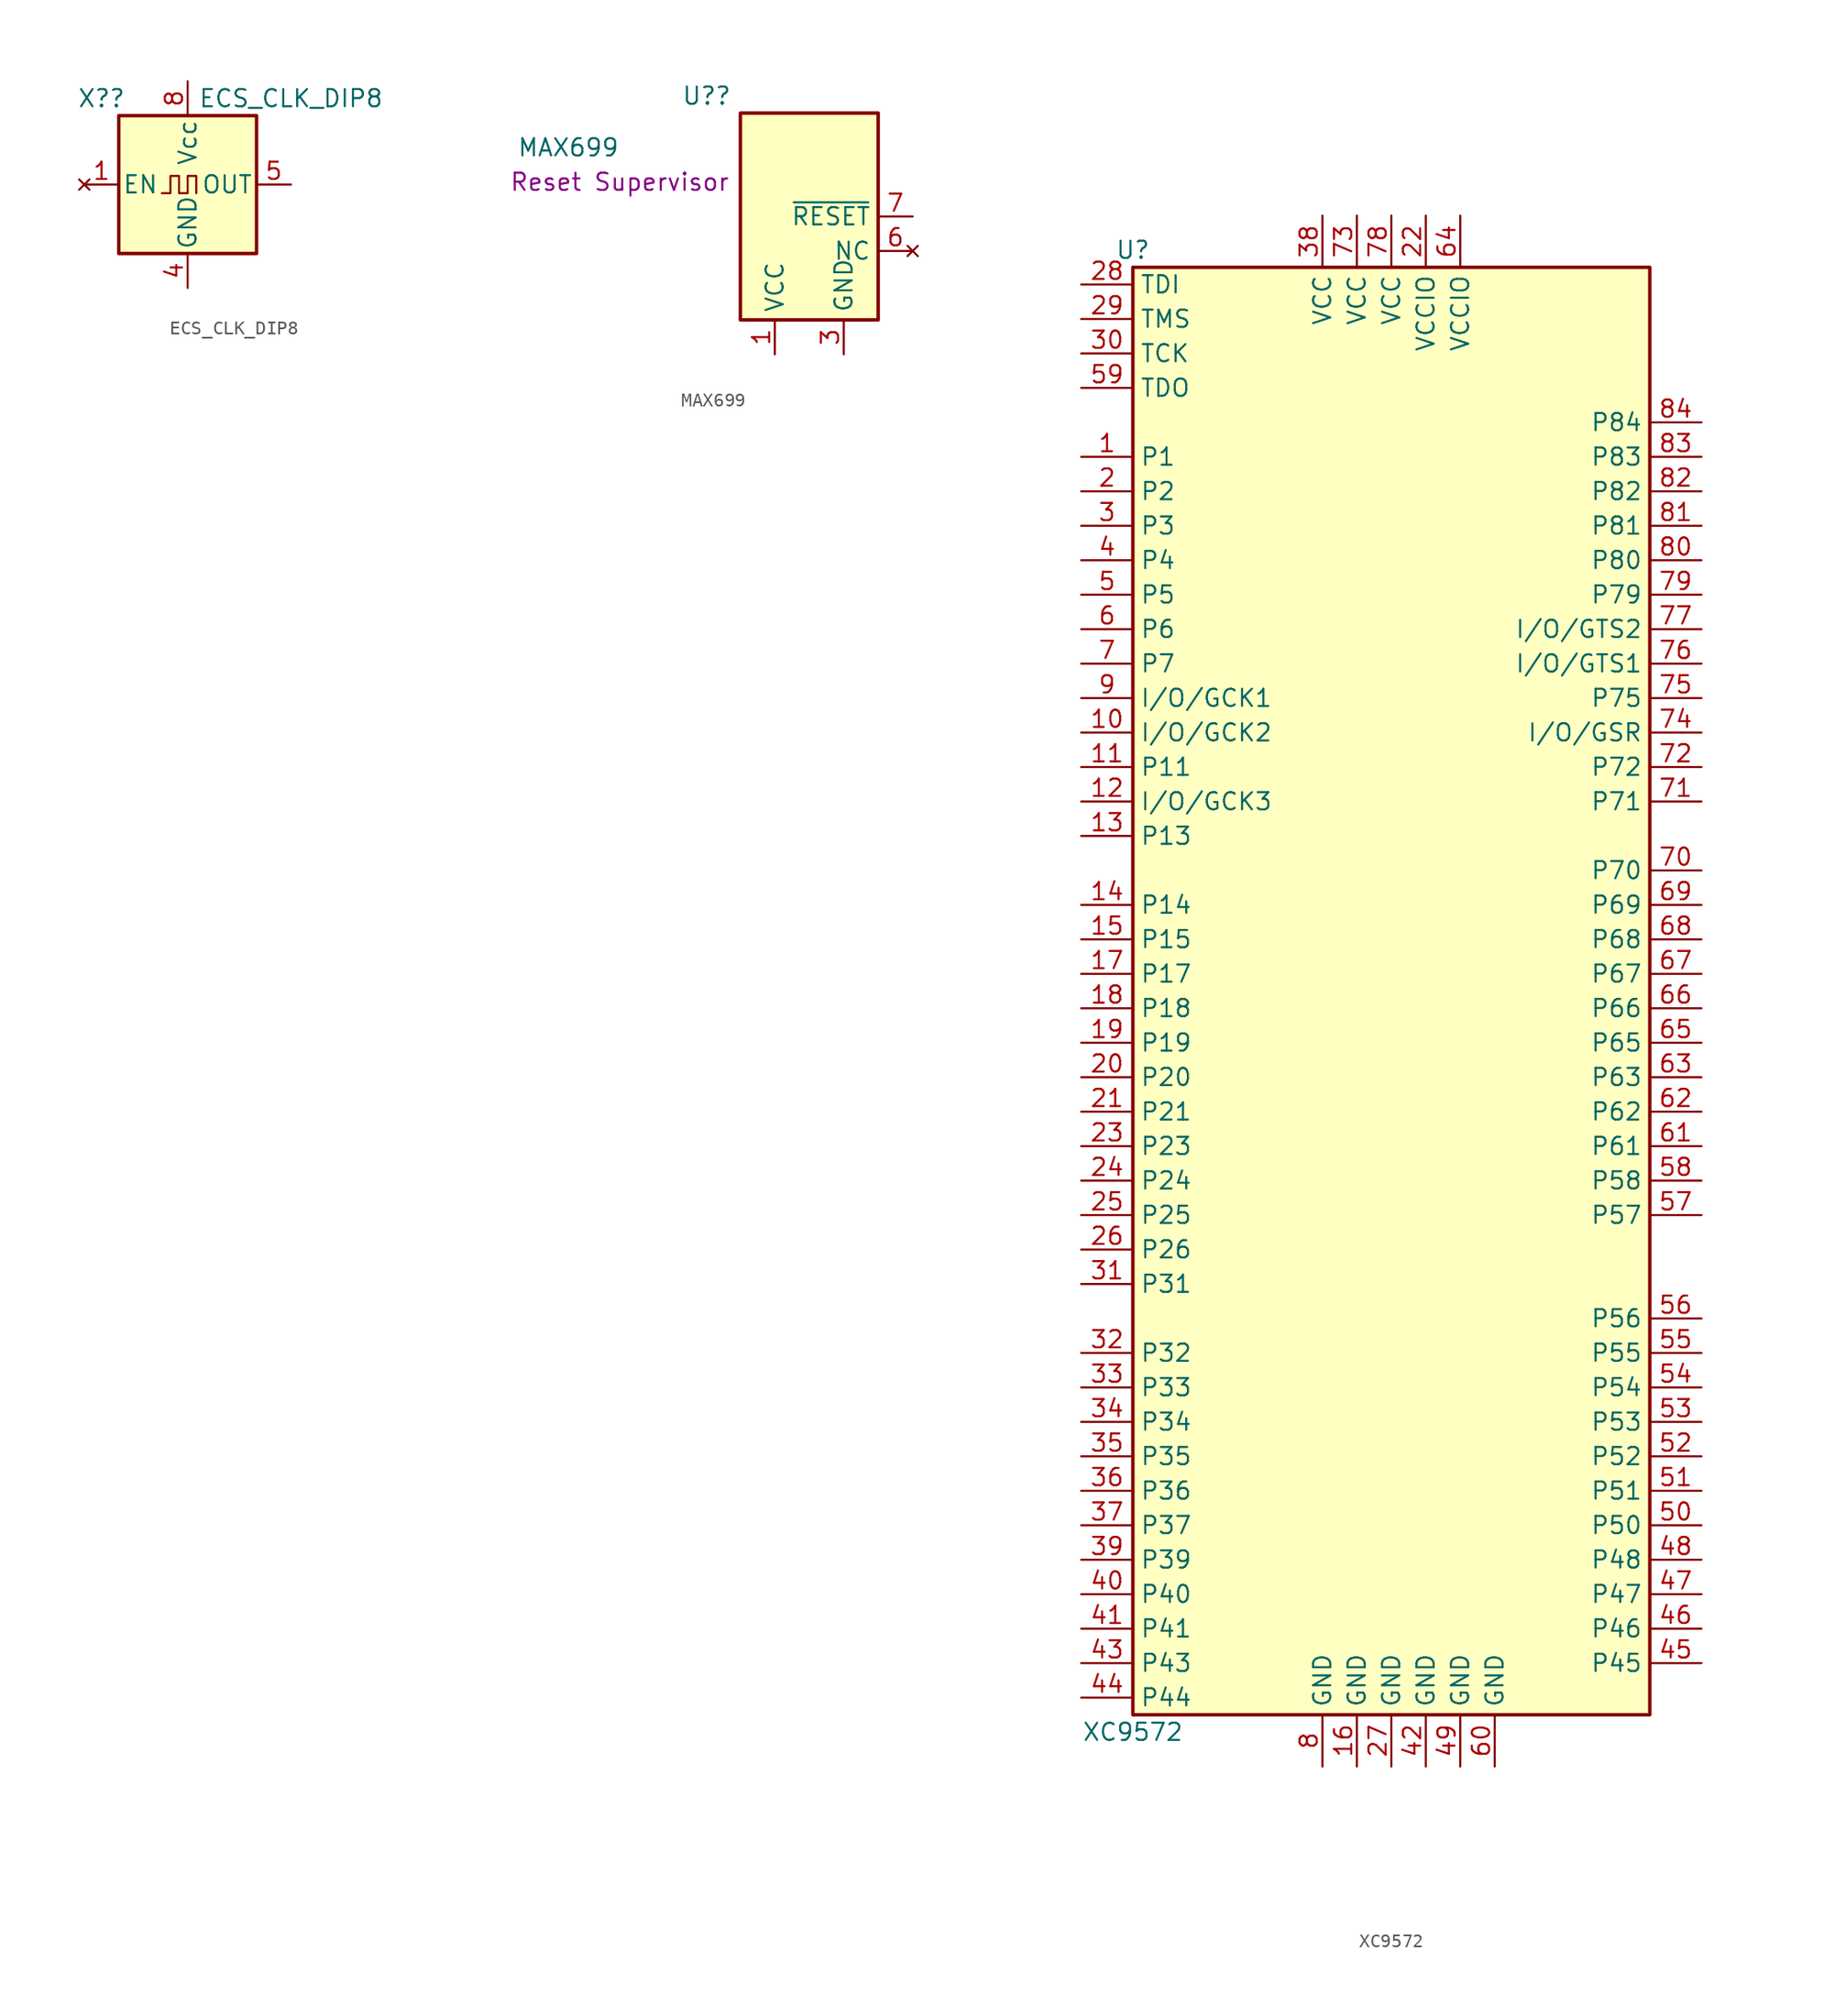
<source format=kicad_sym>
(kicad_symbol_lib
  (version 20211014)
  (generator kicad_symbol_editor)
  (symbol "ECS_CLK_DIP8"
    (pin_names
      (offset 0.254))
    (property "Reference" "X?"
      (at -6.35 6.35 0)
      (effects (font (size 1.27 1.27))))
    (property "Value" "ECS_CLK_DIP8"
      (at 7.62 6.35 0)
      (effects (font (size 1.27 1.27))))
    (symbol "ECS_CLK_DIP8_0_1"
      (rectangle (start -5.08 5.08) (end 5.08 -5.08) (stroke (width 0.254) (type default) (color 0 0 0 0)) (fill (type background)))
      (polyline (pts (xy -1.905 -0.635) (xy -1.27 -0.635) (xy -1.27 0.635) (xy -0.635 0.635) (xy -0.635 -0.635) (xy 0 -0.635) (xy 0 0.635) (xy 0.635 0.635) (xy 0.635 -0.635)) (stroke (width 0) (type default) (color 0 0 0 0)) (fill (type none))))
    (symbol "ECS_CLK_DIP8_1_1"
      (pin no_connect line (at -7.62 0 0) (length 2.54) (name "EN" (effects (font (size 1.27 1.27)))) (number "1" (effects (font (size 1.27 1.27)))))
      (pin power_in line (at 0 -7.62 90) (length 2.54) (name "GND" (effects (font (size 1.27 1.27)))) (number "4" (effects (font (size 1.27 1.27)))))
      (pin output line (at 7.62 0 180) (length 2.54) (name "OUT" (effects (font (size 1.27 1.27)))) (number "5" (effects (font (size 1.27 1.27)))))
      (pin power_in line (at 0 7.62 270) (length 2.54) (name "Vcc" (effects (font (size 1.27 1.27)))) (number "8" (effects (font (size 1.27 1.27)))))))
  (symbol "MAX699"
    (property "Reference" "U?"
      (at -5.715 8.89 0)
      (effects (font (size 1.27 1.27)) (justify right)))
    (property "Value" "MAX699"
      (at -13.97 5.08 0)
      (effects (font (size 1.27 1.27)) (justify right)))
    (property "Name" "Reset Supervisor"
      (at -13.97 2.54 0)
      (effects (font (size 1.27 1.27))))
    (symbol "MAX699_0_0"
      (pin power_in line (at -3.81 -10.16 90) (length 2.54) hide (name "VCC" (effects (font (size 1.27 1.27)))) (number "2" (effects (font (size 1.27 1.27)))))
      (pin power_in line (at 2.54 -10.16 90) (length 2.54) (name "GND" (effects (font (size 1.27 1.27)))) (number "3" (effects (font (size 1.27 1.27)))))
      (pin power_in line (at 3.81 -10.16 90) (length 2.54) hide (name "GND" (effects (font (size 1.27 1.27)))) (number "4" (effects (font (size 1.27 1.27)))))
      (pin no_connect line (at 7.62 5.08 180) (length 2.54) hide (name "NC" (effects (font (size 1.27 1.27)))) (number "5" (effects (font (size 1.27 1.27)))))
      (pin no_connect line (at 7.62 -2.54 180) (length 2.54) (name "NC" (effects (font (size 1.27 1.27)))) (number "6" (effects (font (size 1.27 1.27)))) (alternate "~{WDO}" output line))
      (pin power_in line (at 5.08 -10.16 90) (length 2.54) hide (name "GND" (effects (font (size 1.27 1.27)))) (number "8" (effects (font (size 1.27 1.27))))))
    (symbol "MAX699_0_1"
      (rectangle (start 5.08 7.62) (end -5.08 -7.62) (stroke (width 0.254) (type default) (color 0 0 0 0)) (fill (type background))))
    (symbol "MAX699_1_1"
      (pin power_in line (at -2.54 -10.16 90) (length 2.54) (name "VCC" (effects (font (size 1.27 1.27)))) (number "1" (effects (font (size 1.27 1.27)))))
      (pin output line (at 7.62 0 180) (length 2.54) (name "~{RESET}" (effects (font (size 1.27 1.27)))) (number "7" (effects (font (size 1.27 1.27)))))))
  (symbol "XC9572"
    (property "Reference" "U"
      (at -19.05 53.34 0)
      (effects (font (size 1.27 1.27))))
    (property "Value" "XC9572"
      (at -19.05 -55.88 0)
      (effects (font (size 1.27 1.27))))
    (symbol "XC9572_1_1"
      (rectangle (start -19.05 52.07) (end 19.05 -54.61) (stroke (width 0.254) (type default) (color 0 0 0 0)) (fill (type background)))
      (pin bidirectional line (at -22.86 38.1 0) (length 3.81) (name "P1" (effects (font (size 1.27 1.27)))) (number "1" (effects (font (size 1.27 1.27)))))
      (pin bidirectional line (at -22.86 17.78 0) (length 3.81) (name "I/O/GCK2" (effects (font (size 1.27 1.27)))) (number "10" (effects (font (size 1.27 1.27)))))
      (pin bidirectional line (at -22.86 15.24 0) (length 3.81) (name "P11" (effects (font (size 1.27 1.27)))) (number "11" (effects (font (size 1.27 1.27)))))
      (pin bidirectional line (at -22.86 12.7 0) (length 3.81) (name "I/O/GCK3" (effects (font (size 1.27 1.27)))) (number "12" (effects (font (size 1.27 1.27)))))
      (pin bidirectional line (at -22.86 10.16 0) (length 3.81) (name "P13" (effects (font (size 1.27 1.27)))) (number "13" (effects (font (size 1.27 1.27)))))
      (pin bidirectional line (at -22.86 5.08 0) (length 3.81) (name "P14" (effects (font (size 1.27 1.27)))) (number "14" (effects (font (size 1.27 1.27)))))
      (pin bidirectional line (at -22.86 2.54 0) (length 3.81) (name "P15" (effects (font (size 1.27 1.27)))) (number "15" (effects (font (size 1.27 1.27)))))
      (pin power_in line (at -2.54 -58.42 90) (length 3.81) (name "GND" (effects (font (size 1.27 1.27)))) (number "16" (effects (font (size 1.27 1.27)))))
      (pin bidirectional line (at -22.86 0 0) (length 3.81) (name "P17" (effects (font (size 1.27 1.27)))) (number "17" (effects (font (size 1.27 1.27)))))
      (pin bidirectional line (at -22.86 -2.54 0) (length 3.81) (name "P18" (effects (font (size 1.27 1.27)))) (number "18" (effects (font (size 1.27 1.27)))))
      (pin bidirectional line (at -22.86 -5.08 0) (length 3.81) (name "P19" (effects (font (size 1.27 1.27)))) (number "19" (effects (font (size 1.27 1.27)))))
      (pin bidirectional line (at -22.86 35.56 0) (length 3.81) (name "P2" (effects (font (size 1.27 1.27)))) (number "2" (effects (font (size 1.27 1.27)))))
      (pin bidirectional line (at -22.86 -7.62 0) (length 3.81) (name "P20" (effects (font (size 1.27 1.27)))) (number "20" (effects (font (size 1.27 1.27)))))
      (pin bidirectional line (at -22.86 -10.16 0) (length 3.81) (name "P21" (effects (font (size 1.27 1.27)))) (number "21" (effects (font (size 1.27 1.27)))))
      (pin power_in line (at 2.54 55.88 270) (length 3.81) (name "VCCIO" (effects (font (size 1.27 1.27)))) (number "22" (effects (font (size 1.27 1.27)))))
      (pin bidirectional line (at -22.86 -12.7 0) (length 3.81) (name "P23" (effects (font (size 1.27 1.27)))) (number "23" (effects (font (size 1.27 1.27)))))
      (pin bidirectional line (at -22.86 -15.24 0) (length 3.81) (name "P24" (effects (font (size 1.27 1.27)))) (number "24" (effects (font (size 1.27 1.27)))))
      (pin bidirectional line (at -22.86 -17.78 0) (length 3.81) (name "P25" (effects (font (size 1.27 1.27)))) (number "25" (effects (font (size 1.27 1.27)))))
      (pin bidirectional line (at -22.86 -20.32 0) (length 3.81) (name "P26" (effects (font (size 1.27 1.27)))) (number "26" (effects (font (size 1.27 1.27)))))
      (pin power_in line (at 0 -58.42 90) (length 3.81) (name "GND" (effects (font (size 1.27 1.27)))) (number "27" (effects (font (size 1.27 1.27)))))
      (pin input line (at -22.86 50.8 0) (length 3.81) (name "TDI" (effects (font (size 1.27 1.27)))) (number "28" (effects (font (size 1.27 1.27)))))
      (pin input line (at -22.86 48.26 0) (length 3.81) (name "TMS" (effects (font (size 1.27 1.27)))) (number "29" (effects (font (size 1.27 1.27)))))
      (pin bidirectional line (at -22.86 33.02 0) (length 3.81) (name "P3" (effects (font (size 1.27 1.27)))) (number "3" (effects (font (size 1.27 1.27)))))
      (pin input line (at -22.86 45.72 0) (length 3.81) (name "TCK" (effects (font (size 1.27 1.27)))) (number "30" (effects (font (size 1.27 1.27)))))
      (pin bidirectional line (at -22.86 -22.86 0) (length 3.81) (name "P31" (effects (font (size 1.27 1.27)))) (number "31" (effects (font (size 1.27 1.27)))))
      (pin bidirectional line (at -22.86 -27.94 0) (length 3.81) (name "P32" (effects (font (size 1.27 1.27)))) (number "32" (effects (font (size 1.27 1.27)))))
      (pin bidirectional line (at -22.86 -30.48 0) (length 3.81) (name "P33" (effects (font (size 1.27 1.27)))) (number "33" (effects (font (size 1.27 1.27)))))
      (pin bidirectional line (at -22.86 -33.02 0) (length 3.81) (name "P34" (effects (font (size 1.27 1.27)))) (number "34" (effects (font (size 1.27 1.27)))))
      (pin bidirectional line (at -22.86 -35.56 0) (length 3.81) (name "P35" (effects (font (size 1.27 1.27)))) (number "35" (effects (font (size 1.27 1.27)))))
      (pin bidirectional line (at -22.86 -38.1 0) (length 3.81) (name "P36" (effects (font (size 1.27 1.27)))) (number "36" (effects (font (size 1.27 1.27)))))
      (pin bidirectional line (at -22.86 -40.64 0) (length 3.81) (name "P37" (effects (font (size 1.27 1.27)))) (number "37" (effects (font (size 1.27 1.27)))))
      (pin power_in line (at -5.08 55.88 270) (length 3.81) (name "VCC" (effects (font (size 1.27 1.27)))) (number "38" (effects (font (size 1.27 1.27)))))
      (pin bidirectional line (at -22.86 -43.18 0) (length 3.81) (name "P39" (effects (font (size 1.27 1.27)))) (number "39" (effects (font (size 1.27 1.27)))))
      (pin bidirectional line (at -22.86 30.48 0) (length 3.81) (name "P4" (effects (font (size 1.27 1.27)))) (number "4" (effects (font (size 1.27 1.27)))))
      (pin bidirectional line (at -22.86 -45.72 0) (length 3.81) (name "P40" (effects (font (size 1.27 1.27)))) (number "40" (effects (font (size 1.27 1.27)))))
      (pin bidirectional line (at -22.86 -48.26 0) (length 3.81) (name "P41" (effects (font (size 1.27 1.27)))) (number "41" (effects (font (size 1.27 1.27)))))
      (pin power_in line (at 2.54 -58.42 90) (length 3.81) (name "GND" (effects (font (size 1.27 1.27)))) (number "42" (effects (font (size 1.27 1.27)))))
      (pin bidirectional line (at -22.86 -50.8 0) (length 3.81) (name "P43" (effects (font (size 1.27 1.27)))) (number "43" (effects (font (size 1.27 1.27)))))
      (pin bidirectional line (at -22.86 -53.34 0) (length 3.81) (name "P44" (effects (font (size 1.27 1.27)))) (number "44" (effects (font (size 1.27 1.27)))))
      (pin bidirectional line (at 22.86 -50.8 180) (length 3.81) (name "P45" (effects (font (size 1.27 1.27)))) (number "45" (effects (font (size 1.27 1.27)))))
      (pin bidirectional line (at 22.86 -48.26 180) (length 3.81) (name "P46" (effects (font (size 1.27 1.27)))) (number "46" (effects (font (size 1.27 1.27)))))
      (pin bidirectional line (at 22.86 -45.72 180) (length 3.81) (name "P47" (effects (font (size 1.27 1.27)))) (number "47" (effects (font (size 1.27 1.27)))))
      (pin bidirectional line (at 22.86 -43.18 180) (length 3.81) (name "P48" (effects (font (size 1.27 1.27)))) (number "48" (effects (font (size 1.27 1.27)))))
      (pin power_in line (at 5.08 -58.42 90) (length 3.81) (name "GND" (effects (font (size 1.27 1.27)))) (number "49" (effects (font (size 1.27 1.27)))))
      (pin bidirectional line (at -22.86 27.94 0) (length 3.81) (name "P5" (effects (font (size 1.27 1.27)))) (number "5" (effects (font (size 1.27 1.27)))))
      (pin bidirectional line (at 22.86 -40.64 180) (length 3.81) (name "P50" (effects (font (size 1.27 1.27)))) (number "50" (effects (font (size 1.27 1.27)))))
      (pin bidirectional line (at 22.86 -38.1 180) (length 3.81) (name "P51" (effects (font (size 1.27 1.27)))) (number "51" (effects (font (size 1.27 1.27)))))
      (pin bidirectional line (at 22.86 -35.56 180) (length 3.81) (name "P52" (effects (font (size 1.27 1.27)))) (number "52" (effects (font (size 1.27 1.27)))))
      (pin bidirectional line (at 22.86 -33.02 180) (length 3.81) (name "P53" (effects (font (size 1.27 1.27)))) (number "53" (effects (font (size 1.27 1.27)))))
      (pin bidirectional line (at 22.86 -30.48 180) (length 3.81) (name "P54" (effects (font (size 1.27 1.27)))) (number "54" (effects (font (size 1.27 1.27)))))
      (pin bidirectional line (at 22.86 -27.94 180) (length 3.81) (name "P55" (effects (font (size 1.27 1.27)))) (number "55" (effects (font (size 1.27 1.27)))))
      (pin bidirectional line (at 22.86 -25.4 180) (length 3.81) (name "P56" (effects (font (size 1.27 1.27)))) (number "56" (effects (font (size 1.27 1.27)))))
      (pin bidirectional line (at 22.86 -17.78 180) (length 3.81) (name "P57" (effects (font (size 1.27 1.27)))) (number "57" (effects (font (size 1.27 1.27)))))
      (pin bidirectional line (at 22.86 -15.24 180) (length 3.81) (name "P58" (effects (font (size 1.27 1.27)))) (number "58" (effects (font (size 1.27 1.27)))))
      (pin output line (at -22.86 43.18 0) (length 3.81) (name "TDO" (effects (font (size 1.27 1.27)))) (number "59" (effects (font (size 1.27 1.27)))))
      (pin bidirectional line (at -22.86 25.4 0) (length 3.81) (name "P6" (effects (font (size 1.27 1.27)))) (number "6" (effects (font (size 1.27 1.27)))))
      (pin power_in line (at 7.62 -58.42 90) (length 3.81) (name "GND" (effects (font (size 1.27 1.27)))) (number "60" (effects (font (size 1.27 1.27)))))
      (pin bidirectional line (at 22.86 -12.7 180) (length 3.81) (name "P61" (effects (font (size 1.27 1.27)))) (number "61" (effects (font (size 1.27 1.27)))))
      (pin bidirectional line (at 22.86 -10.16 180) (length 3.81) (name "P62" (effects (font (size 1.27 1.27)))) (number "62" (effects (font (size 1.27 1.27)))))
      (pin bidirectional line (at 22.86 -7.62 180) (length 3.81) (name "P63" (effects (font (size 1.27 1.27)))) (number "63" (effects (font (size 1.27 1.27)))))
      (pin power_in line (at 5.08 55.88 270) (length 3.81) (name "VCCIO" (effects (font (size 1.27 1.27)))) (number "64" (effects (font (size 1.27 1.27)))))
      (pin bidirectional line (at 22.86 -5.08 180) (length 3.81) (name "P65" (effects (font (size 1.27 1.27)))) (number "65" (effects (font (size 1.27 1.27)))))
      (pin bidirectional line (at 22.86 -2.54 180) (length 3.81) (name "P66" (effects (font (size 1.27 1.27)))) (number "66" (effects (font (size 1.27 1.27)))))
      (pin bidirectional line (at 22.86 0 180) (length 3.81) (name "P67" (effects (font (size 1.27 1.27)))) (number "67" (effects (font (size 1.27 1.27)))))
      (pin bidirectional line (at 22.86 2.54 180) (length 3.81) (name "P68" (effects (font (size 1.27 1.27)))) (number "68" (effects (font (size 1.27 1.27)))))
      (pin bidirectional line (at 22.86 5.08 180) (length 3.81) (name "P69" (effects (font (size 1.27 1.27)))) (number "69" (effects (font (size 1.27 1.27)))))
      (pin bidirectional line (at -22.86 22.86 0) (length 3.81) (name "P7" (effects (font (size 1.27 1.27)))) (number "7" (effects (font (size 1.27 1.27)))))
      (pin bidirectional line (at 22.86 7.62 180) (length 3.81) (name "P70" (effects (font (size 1.27 1.27)))) (number "70" (effects (font (size 1.27 1.27)))))
      (pin bidirectional line (at 22.86 12.7 180) (length 3.81) (name "P71" (effects (font (size 1.27 1.27)))) (number "71" (effects (font (size 1.27 1.27)))))
      (pin bidirectional line (at 22.86 15.24 180) (length 3.81) (name "P72" (effects (font (size 1.27 1.27)))) (number "72" (effects (font (size 1.27 1.27)))))
      (pin power_in line (at -2.54 55.88 270) (length 3.81) (name "VCC" (effects (font (size 1.27 1.27)))) (number "73" (effects (font (size 1.27 1.27)))))
      (pin bidirectional line (at 22.86 17.78 180) (length 3.81) (name "I/O/GSR" (effects (font (size 1.27 1.27)))) (number "74" (effects (font (size 1.27 1.27)))))
      (pin bidirectional line (at 22.86 20.32 180) (length 3.81) (name "P75" (effects (font (size 1.27 1.27)))) (number "75" (effects (font (size 1.27 1.27)))))
      (pin bidirectional line (at 22.86 22.86 180) (length 3.81) (name "I/O/GTS1" (effects (font (size 1.27 1.27)))) (number "76" (effects (font (size 1.27 1.27)))))
      (pin bidirectional line (at 22.86 25.4 180) (length 3.81) (name "I/O/GTS2" (effects (font (size 1.27 1.27)))) (number "77" (effects (font (size 1.27 1.27)))))
      (pin power_in line (at 0 55.88 270) (length 3.81) (name "VCC" (effects (font (size 1.27 1.27)))) (number "78" (effects (font (size 1.27 1.27)))))
      (pin bidirectional line (at 22.86 27.94 180) (length 3.81) (name "P79" (effects (font (size 1.27 1.27)))) (number "79" (effects (font (size 1.27 1.27)))))
      (pin power_in line (at -5.08 -58.42 90) (length 3.81) (name "GND" (effects (font (size 1.27 1.27)))) (number "8" (effects (font (size 1.27 1.27)))))
      (pin bidirectional line (at 22.86 30.48 180) (length 3.81) (name "P80" (effects (font (size 1.27 1.27)))) (number "80" (effects (font (size 1.27 1.27)))))
      (pin bidirectional line (at 22.86 33.02 180) (length 3.81) (name "P81" (effects (font (size 1.27 1.27)))) (number "81" (effects (font (size 1.27 1.27)))))
      (pin bidirectional line (at 22.86 35.56 180) (length 3.81) (name "P82" (effects (font (size 1.27 1.27)))) (number "82" (effects (font (size 1.27 1.27)))))
      (pin bidirectional line (at 22.86 38.1 180) (length 3.81) (name "P83" (effects (font (size 1.27 1.27)))) (number "83" (effects (font (size 1.27 1.27)))))
      (pin bidirectional line (at 22.86 40.64 180) (length 3.81) (name "P84" (effects (font (size 1.27 1.27)))) (number "84" (effects (font (size 1.27 1.27)))))
      (pin bidirectional line (at -22.86 20.32 0) (length 3.81) (name "I/O/GCK1" (effects (font (size 1.27 1.27)))) (number "9" (effects (font (size 1.27 1.27))))))))
</source>
